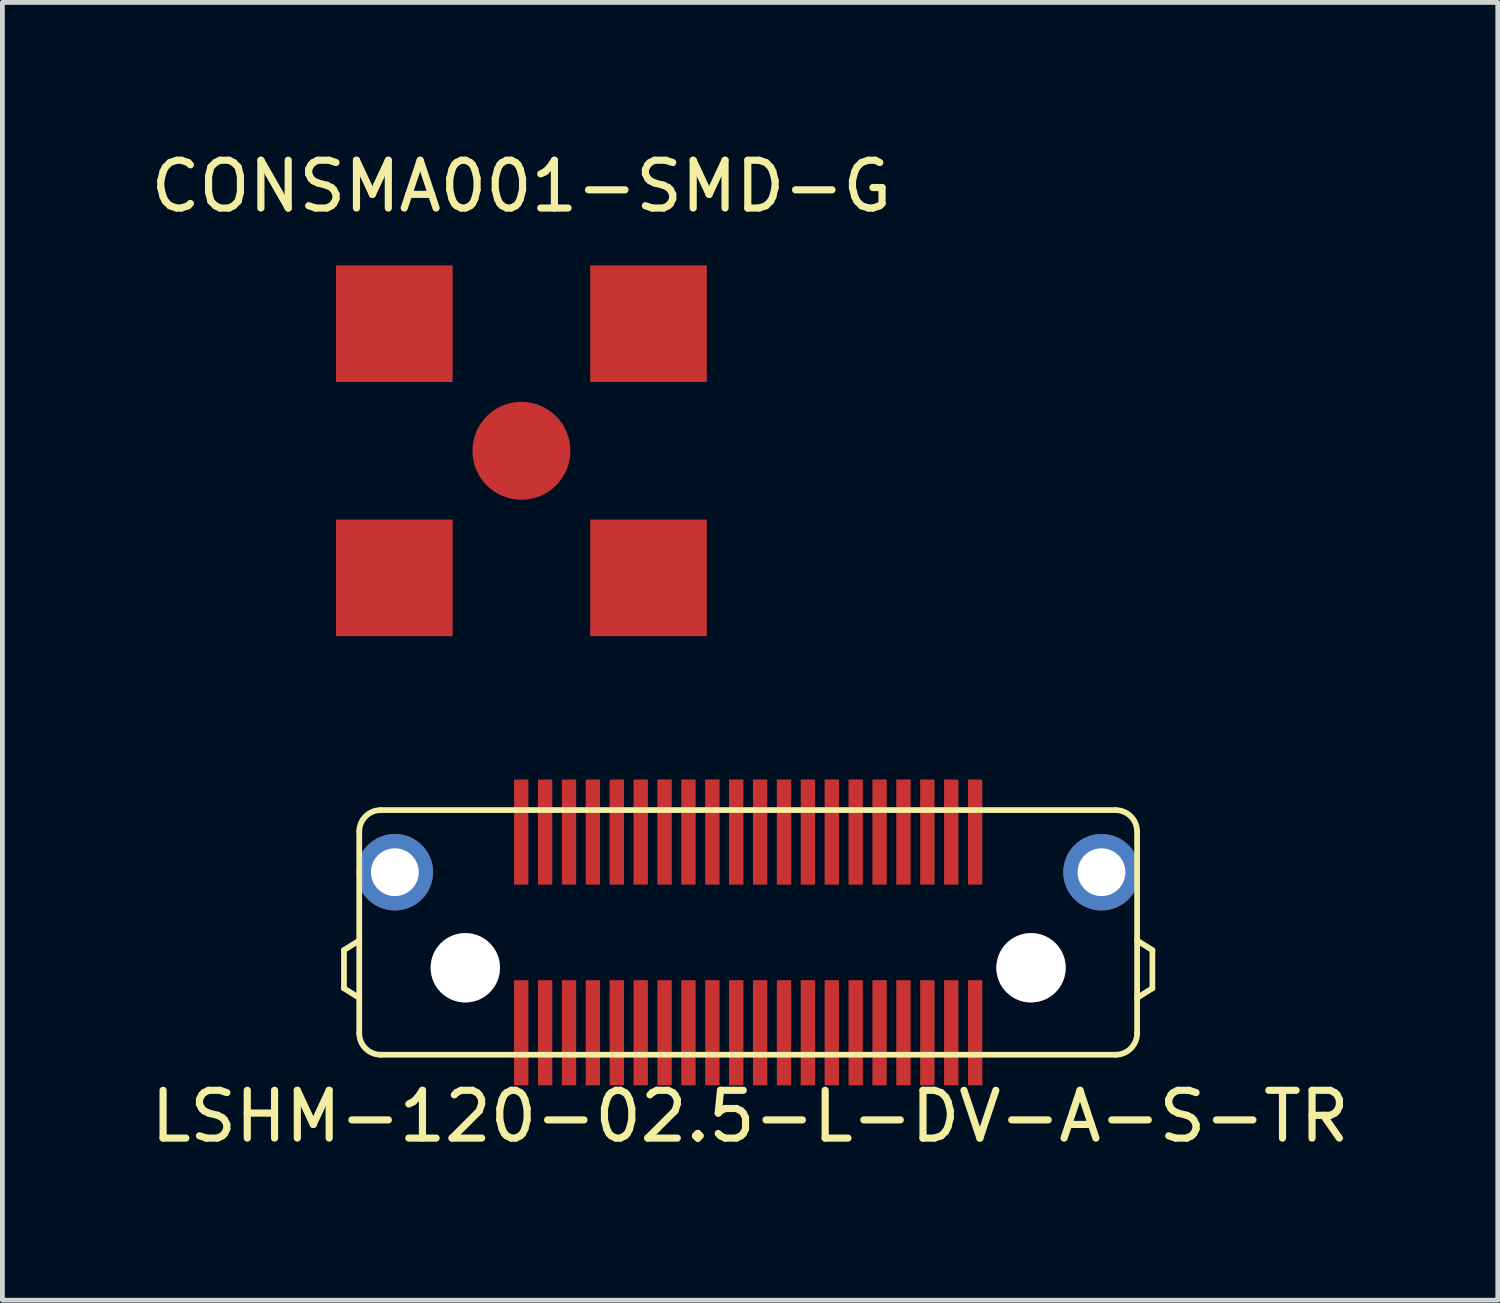
<source format=kicad_pcb>
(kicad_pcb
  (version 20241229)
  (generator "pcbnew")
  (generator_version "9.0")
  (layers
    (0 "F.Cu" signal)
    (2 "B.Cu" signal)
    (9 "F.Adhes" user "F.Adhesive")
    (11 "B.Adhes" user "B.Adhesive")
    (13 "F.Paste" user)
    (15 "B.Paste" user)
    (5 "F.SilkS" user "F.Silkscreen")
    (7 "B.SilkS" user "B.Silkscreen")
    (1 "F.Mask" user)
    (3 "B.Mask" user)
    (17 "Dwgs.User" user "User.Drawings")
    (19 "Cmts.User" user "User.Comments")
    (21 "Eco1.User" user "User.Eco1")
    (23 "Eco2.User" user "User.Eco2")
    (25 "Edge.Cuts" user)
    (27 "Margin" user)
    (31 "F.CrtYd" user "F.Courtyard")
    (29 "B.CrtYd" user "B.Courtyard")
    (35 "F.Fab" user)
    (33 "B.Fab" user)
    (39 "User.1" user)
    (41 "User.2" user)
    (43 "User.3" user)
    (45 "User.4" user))
  (footprint "CONSMA001-SMD-G"
    (layer "F.Cu")
    (at 7.863 6.385)
    (property "Reference" "CONSMA001-SMD-G" (at 0 -5.536 0) (layer "F.SilkS") (effects (font (size 1 1) (thickness 0.15))))
    (attr through_hole)
    (pad "1" smd circle (at 0 0) (size 2.05 2.05) (layers "F.Cu" "F.Mask" "F.Paste"))
    (pad "2" smd rect (at -2.66 -2.66 90) (size 2.44 2.44) (layers "F.Cu" "F.Mask" "F.Paste"))
    (pad "2" smd rect (at -2.66 2.66) (size 2.44 2.44) (layers "F.Cu" "F.Mask" "F.Paste"))
    (pad "2" smd rect (at 2.66 -2.66) (size 2.44 2.44) (layers "F.Cu" "F.Mask" "F.Paste"))
    (pad "2" smd rect (at 2.66 2.66) (size 2.44 2.44) (layers "F.Cu" "F.Mask" "F.Paste")))
  (footprint "LSHM-120-02.5-L-DV-A-S-TR"
    (layer "F.Cu")
    (at 12.609 16.465)
    (property "Reference" "LSHM-120-02.5-L-DV-A-S-TR" (at 0.04 3.85 0) (layer "F.SilkS") (effects (font (size 1 1) (thickness 0.15))))
    (attr through_hole)
    (fp_line (start -8.46 0.37) (end -8.46 1.17) (stroke (width 0.12) (type solid)) (layer "F.SilkS"))
    (fp_line (start -8.46 0.37) (end -8.14 0.17) (stroke (width 0.12) (type solid)) (layer "F.SilkS"))
    (fp_line (start -8.46 1.17) (end -8.14 1.37) (stroke (width 0.12) (type solid)) (layer "F.SilkS"))
    (fp_line (start -8.14 -2.11) (end -8.14 2.11) (stroke (width 0.12) (type solid)) (layer "F.SilkS"))
    (fp_line (start -7.69 -2.56) (end 7.69 -2.56) (stroke (width 0.12) (type solid)) (layer "F.SilkS"))
    (fp_line (start -7.69 2.56) (end 7.69 2.56) (stroke (width 0.12) (type solid)) (layer "F.SilkS"))
    (fp_line (start 8.14 2.11) (end 8.14 -2.11) (stroke (width 0.12) (type solid)) (layer "F.SilkS"))
    (fp_line (start 8.46 0.37) (end 8.14 0.17) (stroke (width 0.12) (type solid)) (layer "F.SilkS"))
    (fp_line (start 8.46 0.37) (end 8.46 1.17) (stroke (width 0.12) (type solid)) (layer "F.SilkS"))
    (fp_line (start 8.46 1.17) (end 8.14 1.37) (stroke (width 0.12) (type solid)) (layer "F.SilkS"))
    (fp_arc (start -8.14 -2.11) (mid -8.008198 -2.428198) (end -7.69 -2.56) (stroke (width 0.12) (type solid)) (layer "F.SilkS"))
    (fp_arc (start -7.69 2.56) (mid -8.008198 2.428198) (end -8.14 2.11) (stroke (width 0.12) (type solid)) (layer "F.SilkS"))
    (fp_arc (start 7.69 -2.56) (mid 8.008198 -2.428198) (end 8.14 -2.11) (stroke (width 0.12) (type solid)) (layer "F.SilkS"))
    (fp_arc (start 8.14 2.11) (mid 8.008198 2.428198) (end 7.69 2.56) (stroke (width 0.12) (type solid)) (layer "F.SilkS"))
    (pad "0" thru_hole circle (at -7.395 -1.26) (size 1.6 1.6) (drill 1) (layers "*.Cu" "*.Mask"))
    (pad "0" thru_hole circle (at -5.92 0.74) (size 1.45 1.45) (drill 1.45) (layers "*.Cu" "*.Mask"))
    (pad "0" thru_hole circle (at 5.92 0.74) (size 1.45 1.45) (drill 1.45) (layers "*.Cu" "*.Mask"))
    (pad "0" thru_hole circle (at 7.395 -1.26) (size 1.6 1.6) (drill 1) (layers "*.Cu" "*.Mask"))
    (pad "1" smd rect (at 4.75 2.1) (size 0.3 2.2) (layers "F.Cu" "F.Mask" "F.Paste"))
    (pad "2" smd rect (at 4.75 -2.1) (size 0.3 2.2) (layers "F.Cu" "F.Mask" "F.Paste"))
    (pad "3" smd rect (at 4.25 2.1) (size 0.3 2.2) (layers "F.Cu" "F.Mask" "F.Paste"))
    (pad "4" smd rect (at 4.25 -2.1) (size 0.3 2.2) (layers "F.Cu" "F.Mask" "F.Paste"))
    (pad "5" smd rect (at 3.75 2.1) (size 0.3 2.2) (layers "F.Cu" "F.Mask" "F.Paste"))
    (pad "6" smd rect (at 3.75 -2.1) (size 0.3 2.2) (layers "F.Cu" "F.Mask" "F.Paste"))
    (pad "7" smd rect (at 3.25 2.1) (size 0.3 2.2) (layers "F.Cu" "F.Mask" "F.Paste"))
    (pad "8" smd rect (at 3.25 -2.1) (size 0.3 2.2) (layers "F.Cu" "F.Mask" "F.Paste"))
    (pad "9" smd rect (at 2.75 2.1) (size 0.3 2.2) (layers "F.Cu" "F.Mask" "F.Paste"))
    (pad "10" smd rect (at 2.75 -2.1) (size 0.3 2.2) (layers "F.Cu" "F.Mask" "F.Paste"))
    (pad "11" smd rect (at 2.25 2.1) (size 0.3 2.2) (layers "F.Cu" "F.Mask" "F.Paste"))
    (pad "12" smd rect (at 2.25 -2.1) (size 0.3 2.2) (layers "F.Cu" "F.Mask" "F.Paste"))
    (pad "13" smd rect (at 1.75 2.1) (size 0.3 2.2) (layers "F.Cu" "F.Mask" "F.Paste"))
    (pad "14" smd rect (at 1.75 -2.1) (size 0.3 2.2) (layers "F.Cu" "F.Mask" "F.Paste"))
    (pad "15" smd rect (at 1.25 2.1) (size 0.3 2.2) (layers "F.Cu" "F.Mask" "F.Paste"))
    (pad "16" smd rect (at 1.25 -2.1) (size 0.3 2.2) (layers "F.Cu" "F.Mask" "F.Paste"))
    (pad "17" smd rect (at 0.75 2.1) (size 0.3 2.2) (layers "F.Cu" "F.Mask" "F.Paste"))
    (pad "18" smd rect (at 0.75 -2.1) (size 0.3 2.2) (layers "F.Cu" "F.Mask" "F.Paste"))
    (pad "19" smd rect (at 0.25 2.1) (size 0.3 2.2) (layers "F.Cu" "F.Mask" "F.Paste"))
    (pad "20" smd rect (at 0.25 -2.1) (size 0.3 2.2) (layers "F.Cu" "F.Mask" "F.Paste"))
    (pad "21" smd rect (at -0.25 2.1) (size 0.3 2.2) (layers "F.Cu" "F.Mask" "F.Paste"))
    (pad "22" smd rect (at -0.25 -2.1) (size 0.3 2.2) (layers "F.Cu" "F.Mask" "F.Paste"))
    (pad "23" smd rect (at -0.75 2.1) (size 0.3 2.2) (layers "F.Cu" "F.Mask" "F.Paste"))
    (pad "24" smd rect (at -0.75 -2.1) (size 0.3 2.2) (layers "F.Cu" "F.Mask" "F.Paste"))
    (pad "25" smd rect (at -1.25 2.1) (size 0.3 2.2) (layers "F.Cu" "F.Mask" "F.Paste"))
    (pad "26" smd rect (at -1.25 -2.1) (size 0.3 2.2) (layers "F.Cu" "F.Mask" "F.Paste"))
    (pad "27" smd rect (at -1.75 2.1) (size 0.3 2.2) (layers "F.Cu" "F.Mask" "F.Paste"))
    (pad "28" smd rect (at -1.75 -2.1) (size 0.3 2.2) (layers "F.Cu" "F.Mask" "F.Paste"))
    (pad "29" smd rect (at -2.25 2.1) (size 0.3 2.2) (layers "F.Cu" "F.Mask" "F.Paste"))
    (pad "30" smd rect (at -2.25 -2.1) (size 0.3 2.2) (layers "F.Cu" "F.Mask" "F.Paste"))
    (pad "31" smd rect (at -2.75 2.1) (size 0.3 2.2) (layers "F.Cu" "F.Mask" "F.Paste"))
    (pad "32" smd rect (at -2.75 -2.1) (size 0.3 2.2) (layers "F.Cu" "F.Mask" "F.Paste"))
    (pad "33" smd rect (at -3.25 2.1) (size 0.3 2.2) (layers "F.Cu" "F.Mask" "F.Paste"))
    (pad "34" smd rect (at -3.25 -2.1) (size 0.3 2.2) (layers "F.Cu" "F.Mask" "F.Paste"))
    (pad "35" smd rect (at -3.75 2.1) (size 0.3 2.2) (layers "F.Cu" "F.Mask" "F.Paste"))
    (pad "36" smd rect (at -3.75 -2.1) (size 0.3 2.2) (layers "F.Cu" "F.Mask" "F.Paste"))
    (pad "37" smd rect (at -4.25 2.1) (size 0.3 2.2) (layers "F.Cu" "F.Mask" "F.Paste"))
    (pad "38" smd rect (at -4.25 -2.1) (size 0.3 2.2) (layers "F.Cu" "F.Mask" "F.Paste"))
    (pad "39" smd rect (at -4.75 2.1) (size 0.3 2.2) (layers "F.Cu" "F.Mask" "F.Paste"))
    (pad "40" smd rect (at -4.75 -2.1) (size 0.3 2.2) (layers "F.Cu" "F.Mask" "F.Paste")))
  (gr_rect
    (start -3 -3)
    (end 28.298 24.163)
    (stroke (width 0.1) (type default))
    (fill no)
    (layer "Edge.Cuts")))
</source>
